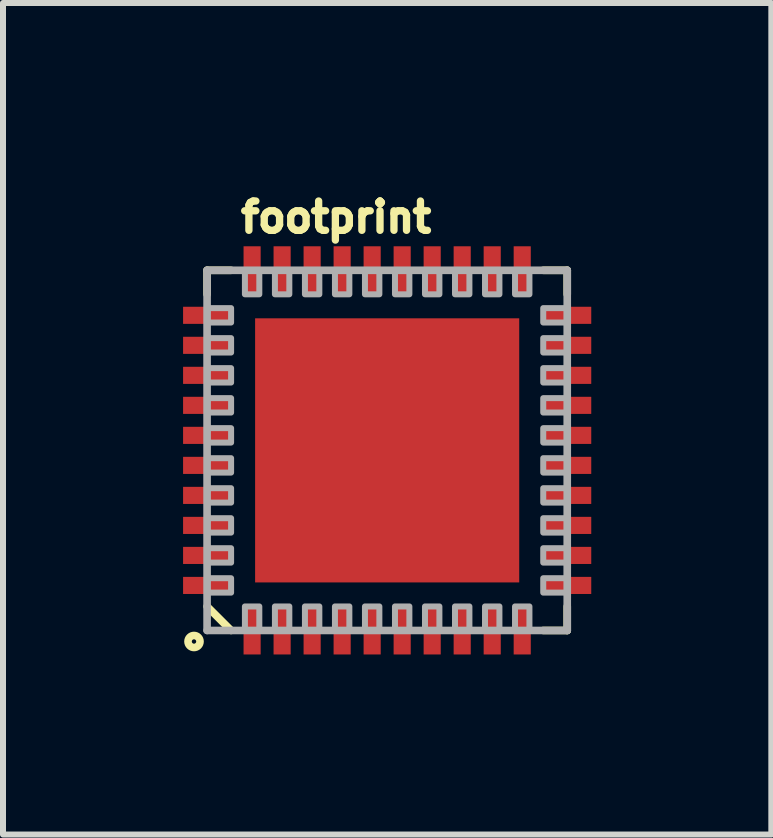
<source format=kicad_pcb>
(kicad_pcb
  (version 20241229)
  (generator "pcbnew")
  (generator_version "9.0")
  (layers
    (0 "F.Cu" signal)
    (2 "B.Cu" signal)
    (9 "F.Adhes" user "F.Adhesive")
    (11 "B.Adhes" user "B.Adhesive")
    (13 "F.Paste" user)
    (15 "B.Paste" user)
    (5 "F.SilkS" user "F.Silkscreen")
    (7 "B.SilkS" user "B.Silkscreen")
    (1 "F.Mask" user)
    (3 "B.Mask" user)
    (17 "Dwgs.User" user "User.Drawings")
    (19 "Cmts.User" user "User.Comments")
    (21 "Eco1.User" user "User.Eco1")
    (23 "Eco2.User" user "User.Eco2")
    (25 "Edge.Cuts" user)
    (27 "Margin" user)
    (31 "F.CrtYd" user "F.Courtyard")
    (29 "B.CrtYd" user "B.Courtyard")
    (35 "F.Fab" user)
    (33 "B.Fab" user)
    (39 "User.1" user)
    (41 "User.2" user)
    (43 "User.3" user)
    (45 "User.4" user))
  (footprint "footprint"
    (layer "F.Cu")
    (at 3.4 4.453)
    (property "Reference" "footprint" (at -2.5 -3.6 0) (layer "F.SilkS") (effects (font (size 0.488 0.488) (thickness 0.122)) (justify left bottom)))
    (fp_line (start -3 -3) (end -2.6 -3) (stroke (width 0.127) (type solid)) (layer "F.SilkS"))
    (fp_line (start -3 -2.6) (end -3 -3) (stroke (width 0.127) (type solid)) (layer "F.SilkS"))
    (fp_line (start -3 2.6) (end -2.6 3) (stroke (width 0.127) (type solid)) (layer "F.SilkS"))
    (fp_line (start 2.6 -3) (end 3 -3) (stroke (width 0.127) (type solid)) (layer "F.SilkS"))
    (fp_line (start 3 -3) (end 3 -2.6) (stroke (width 0.127) (type solid)) (layer "F.SilkS"))
    (fp_line (start 3 2.6) (end 3 3) (stroke (width 0.127) (type solid)) (layer "F.SilkS"))
    (fp_line (start 3 3) (end 2.6 3) (stroke (width 0.127) (type solid)) (layer "F.SilkS"))
    (fp_circle (center -3.218 3.184) (end -3.118 3.184) (stroke (width 0.127) (type solid)) (fill no) (layer "F.SilkS"))
    (fp_circle (center -0.85 -0.85) (end -0.469 -0.85) (stroke (width 0.762) (type solid)) (fill yes) (layer "F.Paste"))
    (fp_circle (center -0.85 0.85) (end -0.469 0.85) (stroke (width 0.762) (type solid)) (fill yes) (layer "F.Paste"))
    (fp_circle (center 0.85 -0.85) (end 1.231 -0.85) (stroke (width 0.762) (type solid)) (fill yes) (layer "F.Paste"))
    (fp_circle (center 0.85 0.85) (end 1.231 0.85) (stroke (width 0.762) (type solid)) (fill yes) (layer "F.Paste"))
    (fp_poly (pts (xy -3.341 -2.367) (xy -3.341 -2.139) (xy -2.795 -2.139) (xy -2.795 -2.367)) (stroke (width 0) (type solid)) (fill yes) (layer "F.Paste"))
    (fp_poly (pts (xy -3.341 -1.867) (xy -3.341 -1.639) (xy -2.795 -1.639) (xy -2.795 -1.867)) (stroke (width 0) (type solid)) (fill yes) (layer "F.Paste"))
    (fp_poly (pts (xy -3.341 -1.367) (xy -3.341 -1.139) (xy -2.795 -1.139) (xy -2.795 -1.367)) (stroke (width 0) (type solid)) (fill yes) (layer "F.Paste"))
    (fp_poly (pts (xy -3.341 -0.867) (xy -3.341 -0.639) (xy -2.795 -0.639) (xy -2.795 -0.867)) (stroke (width 0) (type solid)) (fill yes) (layer "F.Paste"))
    (fp_poly (pts (xy -3.341 -0.367) (xy -3.341 -0.139) (xy -2.795 -0.139) (xy -2.795 -0.367)) (stroke (width 0) (type solid)) (fill yes) (layer "F.Paste"))
    (fp_poly (pts (xy -3.341 0.133) (xy -3.341 0.361) (xy -2.795 0.361) (xy -2.795 0.133)) (stroke (width 0) (type solid)) (fill yes) (layer "F.Paste"))
    (fp_poly (pts (xy -3.341 0.633) (xy -3.341 0.861) (xy -2.795 0.861) (xy -2.795 0.633)) (stroke (width 0) (type solid)) (fill yes) (layer "F.Paste"))
    (fp_poly (pts (xy -3.341 1.133) (xy -3.341 1.361) (xy -2.795 1.361) (xy -2.795 1.133)) (stroke (width 0) (type solid)) (fill yes) (layer "F.Paste"))
    (fp_poly (pts (xy -3.341 1.633) (xy -3.341 1.861) (xy -2.795 1.861) (xy -2.795 1.633)) (stroke (width 0) (type solid)) (fill yes) (layer "F.Paste"))
    (fp_poly (pts (xy -3.341 2.133) (xy -3.341 2.361) (xy -2.795 2.361) (xy -2.795 2.133)) (stroke (width 0) (type solid)) (fill yes) (layer "F.Paste"))
    (fp_poly (pts (xy -2.367 3.341) (xy -2.139 3.341) (xy -2.139 2.795) (xy -2.367 2.795)) (stroke (width 0) (type solid)) (fill yes) (layer "F.Paste"))
    (fp_poly (pts (xy -2.133 -3.341) (xy -2.361 -3.341) (xy -2.361 -2.795) (xy -2.133 -2.795)) (stroke (width 0) (type solid)) (fill yes) (layer "F.Paste"))
    (fp_poly (pts (xy -1.867 3.341) (xy -1.639 3.341) (xy -1.639 2.795) (xy -1.867 2.795)) (stroke (width 0) (type solid)) (fill yes) (layer "F.Paste"))
    (fp_poly (pts (xy -1.633 -3.341) (xy -1.861 -3.341) (xy -1.861 -2.795) (xy -1.633 -2.795)) (stroke (width 0) (type solid)) (fill yes) (layer "F.Paste"))
    (fp_poly (pts (xy -1.367 3.341) (xy -1.139 3.341) (xy -1.139 2.795) (xy -1.367 2.795)) (stroke (width 0) (type solid)) (fill yes) (layer "F.Paste"))
    (fp_poly (pts (xy -1.133 -3.341) (xy -1.361 -3.341) (xy -1.361 -2.795) (xy -1.133 -2.795)) (stroke (width 0) (type solid)) (fill yes) (layer "F.Paste"))
    (fp_poly (pts (xy -0.867 3.341) (xy -0.639 3.341) (xy -0.639 2.795) (xy -0.867 2.795)) (stroke (width 0) (type solid)) (fill yes) (layer "F.Paste"))
    (fp_poly (pts (xy -0.633 -3.341) (xy -0.861 -3.341) (xy -0.861 -2.795) (xy -0.633 -2.795)) (stroke (width 0) (type solid)) (fill yes) (layer "F.Paste"))
    (fp_poly (pts (xy -0.367 3.341) (xy -0.139 3.341) (xy -0.139 2.795) (xy -0.367 2.795)) (stroke (width 0) (type solid)) (fill yes) (layer "F.Paste"))
    (fp_poly (pts (xy -0.133 -3.341) (xy -0.361 -3.341) (xy -0.361 -2.795) (xy -0.133 -2.795)) (stroke (width 0) (type solid)) (fill yes) (layer "F.Paste"))
    (fp_poly (pts (xy 0.133 3.341) (xy 0.361 3.341) (xy 0.361 2.795) (xy 0.133 2.795)) (stroke (width 0) (type solid)) (fill yes) (layer "F.Paste"))
    (fp_poly (pts (xy 0.367 -3.341) (xy 0.139 -3.341) (xy 0.139 -2.795) (xy 0.367 -2.795)) (stroke (width 0) (type solid)) (fill yes) (layer "F.Paste"))
    (fp_poly (pts (xy 0.633 3.341) (xy 0.861 3.341) (xy 0.861 2.795) (xy 0.633 2.795)) (stroke (width 0) (type solid)) (fill yes) (layer "F.Paste"))
    (fp_poly (pts (xy 0.867 -3.341) (xy 0.639 -3.341) (xy 0.639 -2.795) (xy 0.867 -2.795)) (stroke (width 0) (type solid)) (fill yes) (layer "F.Paste"))
    (fp_poly (pts (xy 1.133 3.341) (xy 1.361 3.341) (xy 1.361 2.795) (xy 1.133 2.795)) (stroke (width 0) (type solid)) (fill yes) (layer "F.Paste"))
    (fp_poly (pts (xy 1.367 -3.341) (xy 1.139 -3.341) (xy 1.139 -2.795) (xy 1.367 -2.795)) (stroke (width 0) (type solid)) (fill yes) (layer "F.Paste"))
    (fp_poly (pts (xy 1.633 3.341) (xy 1.861 3.341) (xy 1.861 2.795) (xy 1.633 2.795)) (stroke (width 0) (type solid)) (fill yes) (layer "F.Paste"))
    (fp_poly (pts (xy 1.867 -3.341) (xy 1.639 -3.341) (xy 1.639 -2.795) (xy 1.867 -2.795)) (stroke (width 0) (type solid)) (fill yes) (layer "F.Paste"))
    (fp_poly (pts (xy 2.133 3.341) (xy 2.361 3.341) (xy 2.361 2.795) (xy 2.133 2.795)) (stroke (width 0) (type solid)) (fill yes) (layer "F.Paste"))
    (fp_poly (pts (xy 2.367 -3.341) (xy 2.139 -3.341) (xy 2.139 -2.795) (xy 2.367 -2.795)) (stroke (width 0) (type solid)) (fill yes) (layer "F.Paste"))
    (fp_poly (pts (xy 3.341 -2.133) (xy 3.341 -2.361) (xy 2.795 -2.361) (xy 2.795 -2.133)) (stroke (width 0) (type solid)) (fill yes) (layer "F.Paste"))
    (fp_poly (pts (xy 3.341 -1.633) (xy 3.341 -1.861) (xy 2.795 -1.861) (xy 2.795 -1.633)) (stroke (width 0) (type solid)) (fill yes) (layer "F.Paste"))
    (fp_poly (pts (xy 3.341 -1.133) (xy 3.341 -1.361) (xy 2.795 -1.361) (xy 2.795 -1.133)) (stroke (width 0) (type solid)) (fill yes) (layer "F.Paste"))
    (fp_poly (pts (xy 3.341 -0.633) (xy 3.341 -0.861) (xy 2.795 -0.861) (xy 2.795 -0.633)) (stroke (width 0) (type solid)) (fill yes) (layer "F.Paste"))
    (fp_poly (pts (xy 3.341 -0.133) (xy 3.341 -0.361) (xy 2.795 -0.361) (xy 2.795 -0.133)) (stroke (width 0) (type solid)) (fill yes) (layer "F.Paste"))
    (fp_poly (pts (xy 3.341 0.367) (xy 3.341 0.139) (xy 2.795 0.139) (xy 2.795 0.367)) (stroke (width 0) (type solid)) (fill yes) (layer "F.Paste"))
    (fp_poly (pts (xy 3.341 0.867) (xy 3.341 0.639) (xy 2.795 0.639) (xy 2.795 0.867)) (stroke (width 0) (type solid)) (fill yes) (layer "F.Paste"))
    (fp_poly (pts (xy 3.341 1.367) (xy 3.341 1.139) (xy 2.795 1.139) (xy 2.795 1.367)) (stroke (width 0) (type solid)) (fill yes) (layer "F.Paste"))
    (fp_poly (pts (xy 3.341 1.867) (xy 3.341 1.639) (xy 2.795 1.639) (xy 2.795 1.867)) (stroke (width 0) (type solid)) (fill yes) (layer "F.Paste"))
    (fp_poly (pts (xy 3.341 2.367) (xy 3.341 2.139) (xy 2.795 2.139) (xy 2.795 2.367)) (stroke (width 0) (type solid)) (fill yes) (layer "F.Paste"))
    (fp_line (start -3 -3) (end -3 3) (stroke (width 0.127) (type solid)) (layer "F.Fab"))
    (fp_line (start -3 3) (end 3 3) (stroke (width 0.127) (type solid)) (layer "F.Fab"))
    (fp_line (start 3 -3) (end -3 -3) (stroke (width 0.127) (type solid)) (layer "F.Fab"))
    (fp_line (start 3 3) (end 3 -3) (stroke (width 0.127) (type solid)) (layer "F.Fab"))
    (fp_poly (pts (xy -3 -1.13) (xy -2.6 -1.13) (xy -2.6 -1.37) (xy -3 -1.37)) (stroke (width 0.1) (type solid)) (fill no) (layer "F.Fab"))
    (fp_poly (pts (xy -3 -0.63) (xy -2.6 -0.63) (xy -2.6 -0.87) (xy -3 -0.87)) (stroke (width 0.1) (type solid)) (fill no) (layer "F.Fab"))
    (fp_poly (pts (xy -3 -0.13) (xy -2.6 -0.13) (xy -2.6 -0.37) (xy -3 -0.37)) (stroke (width 0.1) (type solid)) (fill no) (layer "F.Fab"))
    (fp_poly (pts (xy -3 0.37) (xy -2.6 0.37) (xy -2.6 0.13) (xy -3 0.13)) (stroke (width 0.1) (type solid)) (fill no) (layer "F.Fab"))
    (fp_poly (pts (xy -3 0.87) (xy -2.6 0.87) (xy -2.6 0.63) (xy -3 0.63)) (stroke (width 0.1) (type solid)) (fill no) (layer "F.Fab"))
    (fp_poly (pts (xy -3 1.37) (xy -2.6 1.37) (xy -2.6 1.13) (xy -3 1.13)) (stroke (width 0.1) (type solid)) (fill no) (layer "F.Fab"))
    (fp_poly (pts (xy -3 1.87) (xy -2.6 1.87) (xy -2.6 1.63) (xy -3 1.63)) (stroke (width 0.1) (type solid)) (fill no) (layer "F.Fab"))
    (fp_poly (pts (xy -3 2.37) (xy -2.6 2.37) (xy -2.6 2.13) (xy -3 2.13)) (stroke (width 0.1) (type solid)) (fill no) (layer "F.Fab"))
    (fp_poly (pts (xy -2.6 -2.37) (xy -3 -2.37) (xy -3 -2.13) (xy -2.6 -2.13)) (stroke (width 0.1) (type solid)) (fill no) (layer "F.Fab"))
    (fp_poly (pts (xy -2.6 -1.87) (xy -3 -1.87) (xy -3 -1.63) (xy -2.6 -1.63)) (stroke (width 0.1) (type solid)) (fill no) (layer "F.Fab"))
    (fp_poly (pts (xy -2.37 -3) (xy -2.37 -2.6) (xy -2.13 -2.6) (xy -2.13 -3)) (stroke (width 0.1) (type solid)) (fill no) (layer "F.Fab"))
    (fp_poly (pts (xy -2.37 2.6) (xy -2.37 3) (xy -2.13 3) (xy -2.13 2.6)) (stroke (width 0.1) (type solid)) (fill no) (layer "F.Fab"))
    (fp_poly (pts (xy -1.87 -3) (xy -1.87 -2.6) (xy -1.63 -2.6) (xy -1.63 -3)) (stroke (width 0.1) (type solid)) (fill no) (layer "F.Fab"))
    (fp_poly (pts (xy -1.87 2.6) (xy -1.87 3) (xy -1.63 3) (xy -1.63 2.6)) (stroke (width 0.1) (type solid)) (fill no) (layer "F.Fab"))
    (fp_poly (pts (xy -1.37 -3) (xy -1.37 -2.6) (xy -1.13 -2.6) (xy -1.13 -3)) (stroke (width 0.1) (type solid)) (fill no) (layer "F.Fab"))
    (fp_poly (pts (xy -1.13 3) (xy -1.13 2.6) (xy -1.37 2.6) (xy -1.37 3)) (stroke (width 0.1) (type solid)) (fill no) (layer "F.Fab"))
    (fp_poly (pts (xy -0.87 -3) (xy -0.87 -2.6) (xy -0.63 -2.6) (xy -0.63 -3)) (stroke (width 0.1) (type solid)) (fill no) (layer "F.Fab"))
    (fp_poly (pts (xy -0.63 3) (xy -0.63 2.6) (xy -0.87 2.6) (xy -0.87 3)) (stroke (width 0.1) (type solid)) (fill no) (layer "F.Fab"))
    (fp_poly (pts (xy -0.37 -3) (xy -0.37 -2.6) (xy -0.13 -2.6) (xy -0.13 -3)) (stroke (width 0.1) (type solid)) (fill no) (layer "F.Fab"))
    (fp_poly (pts (xy -0.13 3) (xy -0.13 2.6) (xy -0.37 2.6) (xy -0.37 3)) (stroke (width 0.1) (type solid)) (fill no) (layer "F.Fab"))
    (fp_poly (pts (xy 0.13 -3) (xy 0.13 -2.6) (xy 0.37 -2.6) (xy 0.37 -3)) (stroke (width 0.1) (type solid)) (fill no) (layer "F.Fab"))
    (fp_poly (pts (xy 0.37 3) (xy 0.37 2.6) (xy 0.13 2.6) (xy 0.13 3)) (stroke (width 0.1) (type solid)) (fill no) (layer "F.Fab"))
    (fp_poly (pts (xy 0.63 -3) (xy 0.63 -2.6) (xy 0.87 -2.6) (xy 0.87 -3)) (stroke (width 0.1) (type solid)) (fill no) (layer "F.Fab"))
    (fp_poly (pts (xy 0.87 3) (xy 0.87 2.6) (xy 0.63 2.6) (xy 0.63 3)) (stroke (width 0.1) (type solid)) (fill no) (layer "F.Fab"))
    (fp_poly (pts (xy 1.13 -3) (xy 1.13 -2.6) (xy 1.37 -2.6) (xy 1.37 -3)) (stroke (width 0.1) (type solid)) (fill no) (layer "F.Fab"))
    (fp_poly (pts (xy 1.37 3) (xy 1.37 2.6) (xy 1.13 2.6) (xy 1.13 3)) (stroke (width 0.1) (type solid)) (fill no) (layer "F.Fab"))
    (fp_poly (pts (xy 1.63 -3) (xy 1.63 -2.6) (xy 1.87 -2.6) (xy 1.87 -3)) (stroke (width 0.1) (type solid)) (fill no) (layer "F.Fab"))
    (fp_poly (pts (xy 1.87 3) (xy 1.87 2.6) (xy 1.63 2.6) (xy 1.63 3)) (stroke (width 0.1) (type solid)) (fill no) (layer "F.Fab"))
    (fp_poly (pts (xy 2.13 -3) (xy 2.13 -2.6) (xy 2.37 -2.6) (xy 2.37 -3)) (stroke (width 0.1) (type solid)) (fill no) (layer "F.Fab"))
    (fp_poly (pts (xy 2.37 3) (xy 2.37 2.6) (xy 2.13 2.6) (xy 2.13 3)) (stroke (width 0.1) (type solid)) (fill no) (layer "F.Fab"))
    (fp_poly (pts (xy 3 -2.37) (xy 2.6 -2.37) (xy 2.6 -2.13) (xy 3 -2.13)) (stroke (width 0.1) (type solid)) (fill no) (layer "F.Fab"))
    (fp_poly (pts (xy 3 -1.87) (xy 2.6 -1.87) (xy 2.6 -1.63) (xy 3 -1.63)) (stroke (width 0.1) (type solid)) (fill no) (layer "F.Fab"))
    (fp_poly (pts (xy 3 -1.37) (xy 2.6 -1.37) (xy 2.6 -1.13) (xy 3 -1.13)) (stroke (width 0.1) (type solid)) (fill no) (layer "F.Fab"))
    (fp_poly (pts (xy 3 -0.87) (xy 2.6 -0.87) (xy 2.6 -0.63) (xy 3 -0.63)) (stroke (width 0.1) (type solid)) (fill no) (layer "F.Fab"))
    (fp_poly (pts (xy 3 -0.37) (xy 2.6 -0.37) (xy 2.6 -0.13) (xy 3 -0.13)) (stroke (width 0.1) (type solid)) (fill no) (layer "F.Fab"))
    (fp_poly (pts (xy 3 0.13) (xy 2.6 0.13) (xy 2.6 0.37) (xy 3 0.37)) (stroke (width 0.1) (type solid)) (fill no) (layer "F.Fab"))
    (fp_poly (pts (xy 3 0.63) (xy 2.6 0.63) (xy 2.6 0.87) (xy 3 0.87)) (stroke (width 0.1) (type solid)) (fill no) (layer "F.Fab"))
    (fp_poly (pts (xy 3 1.13) (xy 2.6 1.13) (xy 2.6 1.37) (xy 3 1.37)) (stroke (width 0.1) (type solid)) (fill no) (layer "F.Fab"))
    (fp_poly (pts (xy 3 1.63) (xy 2.6 1.63) (xy 2.6 1.87) (xy 3 1.87)) (stroke (width 0.1) (type solid)) (fill no) (layer "F.Fab"))
    (fp_poly (pts (xy 3 2.13) (xy 2.6 2.13) (xy 2.6 2.37) (xy 3 2.37)) (stroke (width 0.1) (type solid)) (fill no) (layer "F.Fab"))
    (pad "1" smd rect (at -2.25 3 90) (size 0.8 0.285) (layers "F.Cu" "F.Mask"))
    (pad "2" smd rect (at -1.75 3 90) (size 0.8 0.285) (layers "F.Cu" "F.Mask"))
    (pad "3" smd rect (at -1.25 3 90) (size 0.8 0.285) (layers "F.Cu" "F.Mask"))
    (pad "4" smd rect (at -0.75 3 90) (size 0.8 0.285) (layers "F.Cu" "F.Mask"))
    (pad "5" smd rect (at -0.25 3 90) (size 0.8 0.285) (layers "F.Cu" "F.Mask"))
    (pad "6" smd rect (at 0.25 3 90) (size 0.8 0.285) (layers "F.Cu" "F.Mask"))
    (pad "7" smd rect (at 0.75 3 90) (size 0.8 0.285) (layers "F.Cu" "F.Mask"))
    (pad "8" smd rect (at 1.25 3 90) (size 0.8 0.285) (layers "F.Cu" "F.Mask"))
    (pad "9" smd rect (at 1.75 3 90) (size 0.8 0.285) (layers "F.Cu" "F.Mask"))
    (pad "10" smd rect (at 2.25 3 90) (size 0.8 0.285) (layers "F.Cu" "F.Mask"))
    (pad "11" smd rect (at 3 2.25 180) (size 0.8 0.285) (layers "F.Cu" "F.Mask"))
    (pad "12" smd rect (at 3 1.75 180) (size 0.8 0.285) (layers "F.Cu" "F.Mask"))
    (pad "13" smd rect (at 3 1.25 180) (size 0.8 0.285) (layers "F.Cu" "F.Mask"))
    (pad "14" smd rect (at 3 0.75 180) (size 0.8 0.285) (layers "F.Cu" "F.Mask"))
    (pad "15" smd rect (at 3 0.25 180) (size 0.8 0.285) (layers "F.Cu" "F.Mask"))
    (pad "16" smd rect (at 3 -0.25 180) (size 0.8 0.285) (layers "F.Cu" "F.Mask"))
    (pad "17" smd rect (at 3 -0.75 180) (size 0.8 0.285) (layers "F.Cu" "F.Mask"))
    (pad "18" smd rect (at 3 -1.25 180) (size 0.8 0.285) (layers "F.Cu" "F.Mask"))
    (pad "19" smd rect (at 3 -1.75 180) (size 0.8 0.285) (layers "F.Cu" "F.Mask"))
    (pad "20" smd rect (at 3 -2.25 180) (size 0.8 0.285) (layers "F.Cu" "F.Mask"))
    (pad "21" smd rect (at 2.25 -3 270) (size 0.8 0.285) (layers "F.Cu" "F.Mask"))
    (pad "22" smd rect (at 1.75 -3 270) (size 0.8 0.285) (layers "F.Cu" "F.Mask"))
    (pad "23" smd rect (at 1.25 -3 270) (size 0.8 0.285) (layers "F.Cu" "F.Mask"))
    (pad "24" smd rect (at 0.75 -3 270) (size 0.8 0.285) (layers "F.Cu" "F.Mask"))
    (pad "25" smd rect (at 0.25 -3 270) (size 0.8 0.285) (layers "F.Cu" "F.Mask"))
    (pad "26" smd rect (at -0.25 -3 270) (size 0.8 0.285) (layers "F.Cu" "F.Mask"))
    (pad "27" smd rect (at -0.75 -3 270) (size 0.8 0.285) (layers "F.Cu" "F.Mask"))
    (pad "28" smd rect (at -1.25 -3 270) (size 0.8 0.285) (layers "F.Cu" "F.Mask"))
    (pad "29" smd rect (at -1.75 -3 270) (size 0.8 0.285) (layers "F.Cu" "F.Mask"))
    (pad "30" smd rect (at -2.25 -3 270) (size 0.8 0.285) (layers "F.Cu" "F.Mask"))
    (pad "31" smd rect (at -3 -2.25) (size 0.8 0.285) (layers "F.Cu" "F.Mask"))
    (pad "32" smd rect (at -3 -1.75) (size 0.8 0.285) (layers "F.Cu" "F.Mask"))
    (pad "33" smd rect (at -3 -1.25) (size 0.8 0.285) (layers "F.Cu" "F.Mask"))
    (pad "34" smd rect (at -3 -0.75) (size 0.8 0.285) (layers "F.Cu" "F.Mask"))
    (pad "35" smd rect (at -3 -0.25) (size 0.8 0.285) (layers "F.Cu" "F.Mask"))
    (pad "36" smd rect (at -3 0.25) (size 0.8 0.285) (layers "F.Cu" "F.Mask"))
    (pad "37" smd rect (at -3 0.75) (size 0.8 0.285) (layers "F.Cu" "F.Mask"))
    (pad "38" smd rect (at -3 1.25) (size 0.8 0.285) (layers "F.Cu" "F.Mask"))
    (pad "39" smd rect (at -3 1.75) (size 0.8 0.285) (layers "F.Cu" "F.Mask"))
    (pad "40" smd rect (at -3 2.25) (size 0.8 0.285) (layers "F.Cu" "F.Mask"))
    (pad "EP" smd rect (at 0 0) (size 4.4 4.4) (layers "F.Cu" "F.Mask")))
  (gr_rect
    (start -3 -3)
    (end 9.8 10.853)
    (stroke (width 0.1) (type default))
    (fill no)
    (layer "Edge.Cuts")))
</source>
